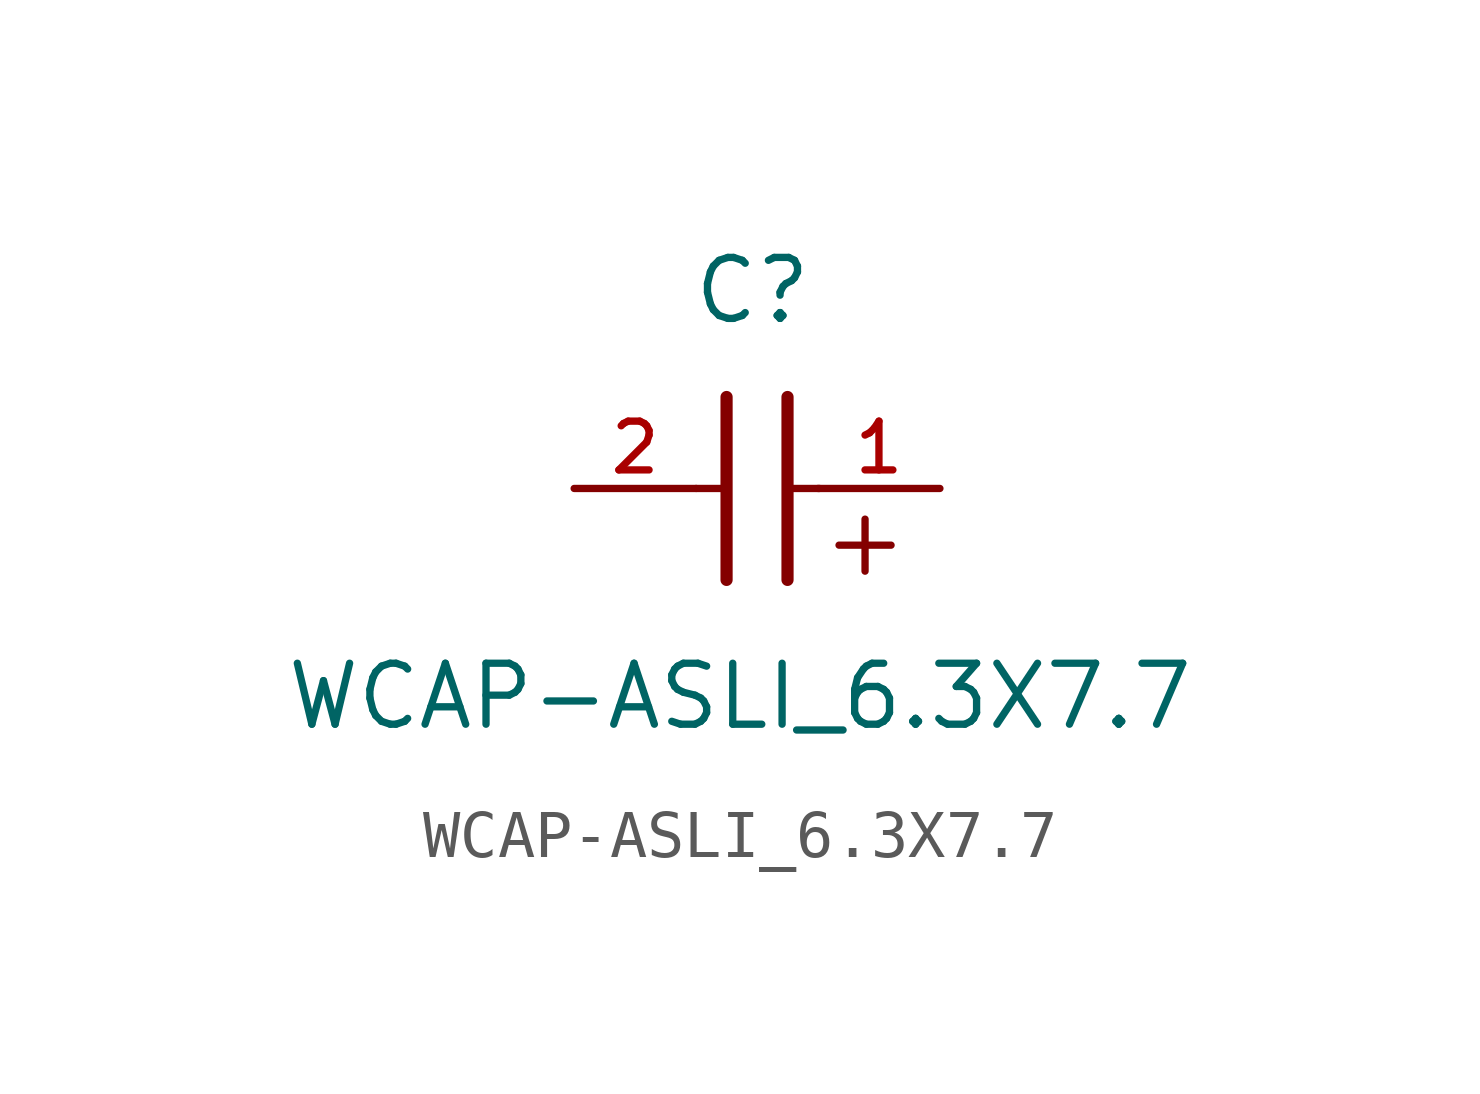
<source format=kicad_sym>
(kicad_symbol_lib
  (version 20211014)
  (generator kicad_symbol_editor)
  (symbol "WCAP-ASLI_6.3X7.7"
    (pin_names
      (offset 1.016))
    (property "Reference" "C"
      (at 1.175 3.38 0)
      (effects (font (size 1.27 1.27)) (justify bottom)))
    (property "Value" "WCAP-ASLI_6.3X7.7"
      (at 0.915 -5.075 0)
      (effects (font (size 1.27 1.27)) (justify bottom)))
    (symbol "WCAP-ASLI_6.3X7.7_0_0"
      (text "+" (at 2.54 -1.905 0) (effects (font (size 1.422 1.422)) (justify bottom left)))
      (polyline (pts (xy 1.905 1.905) (xy 1.905 -1.905)) (stroke (width 0.254)))
      (polyline (pts (xy 0.635 -1.905) (xy 0.635 1.905)) (stroke (width 0.254)))
      (polyline (pts (xy 0.0 0.0) (xy 0.643 0.0)) (stroke (width 0.152)))
      (polyline (pts (xy 1.928 0.0) (xy 2.57 0.0)) (stroke (width 0.152)))
      (pin passive line (at 5.08 0.0 180.0) (length 2.54) (name "~" (effects (font (size 1.016 1.016)))) (number "1" (effects (font (size 1.016 1.016)))))
      (pin passive line (at -2.54 0.0 0) (length 2.54) (name "~" (effects (font (size 1.016 1.016)))) (number "2" (effects (font (size 1.016 1.016))))))))
</source>
